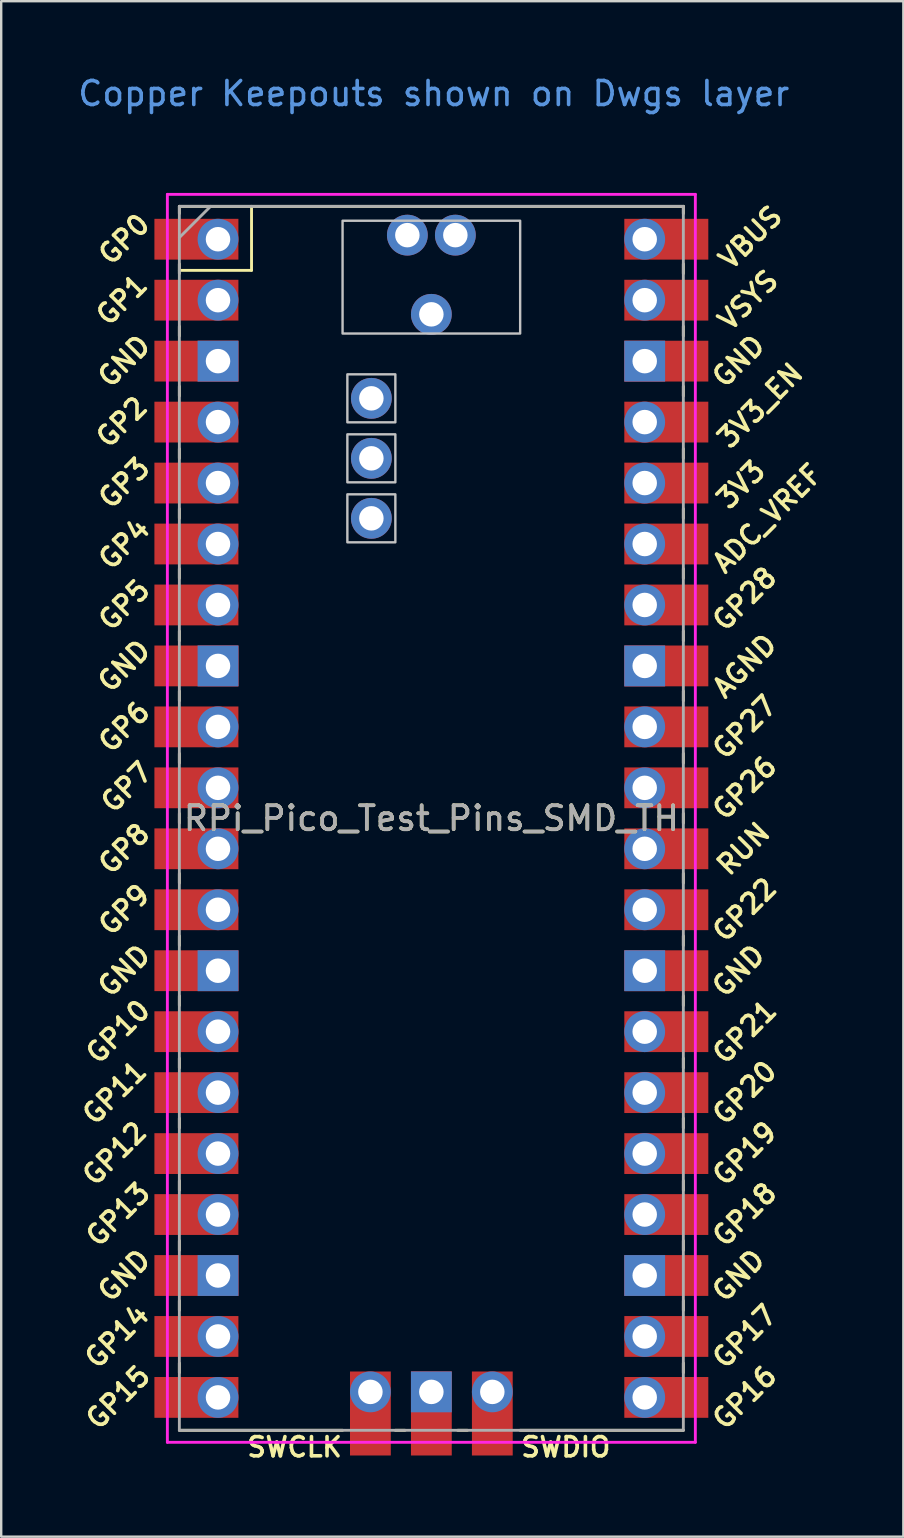
<source format=kicad_pcb>
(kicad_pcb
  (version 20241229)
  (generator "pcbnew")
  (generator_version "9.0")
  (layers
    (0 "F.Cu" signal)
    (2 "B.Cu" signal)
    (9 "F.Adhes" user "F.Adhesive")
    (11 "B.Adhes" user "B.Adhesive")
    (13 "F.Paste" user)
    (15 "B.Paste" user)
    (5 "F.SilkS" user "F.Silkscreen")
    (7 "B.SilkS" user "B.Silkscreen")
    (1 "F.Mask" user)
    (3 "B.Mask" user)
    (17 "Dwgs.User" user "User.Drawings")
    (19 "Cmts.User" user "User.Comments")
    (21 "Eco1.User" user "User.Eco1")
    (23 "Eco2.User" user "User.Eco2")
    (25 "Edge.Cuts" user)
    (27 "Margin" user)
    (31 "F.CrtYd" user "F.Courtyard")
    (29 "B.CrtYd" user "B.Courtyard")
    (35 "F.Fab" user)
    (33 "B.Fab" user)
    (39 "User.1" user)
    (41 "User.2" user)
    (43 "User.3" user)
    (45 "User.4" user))
  (footprint "RPi_Pico_Test_Pins_SMD_TH"
    (layer "F.Cu")
    (at 14.924 31.048)
    (property "Reference" "RPi_Pico_Test_Pins_SMD_TH" (at 0 0 0) (layer "F.SilkS") (effects (font (size 1 1) (thickness 0.15))))
    (attr through_hole)
    (fp_line (start -10.5 -25.5) (end -10.5 -25.2) (stroke (width 0.12) (type solid)) (layer "F.SilkS"))
    (fp_line (start -10.5 -25.5) (end 10.5 -25.5) (stroke (width 0.12) (type solid)) (layer "F.SilkS"))
    (fp_line (start -10.5 -23.1) (end -10.5 -22.7) (stroke (width 0.12) (type solid)) (layer "F.SilkS"))
    (fp_line (start -10.5 -22.833) (end -7.493 -22.833) (stroke (width 0.12) (type solid)) (layer "F.SilkS"))
    (fp_line (start -10.5 -20.5) (end -10.5 -20.1) (stroke (width 0.12) (type solid)) (layer "F.SilkS"))
    (fp_line (start -10.5 -18) (end -10.5 -17.6) (stroke (width 0.12) (type solid)) (layer "F.SilkS"))
    (fp_line (start -10.5 -15.4) (end -10.5 -15) (stroke (width 0.12) (type solid)) (layer "F.SilkS"))
    (fp_line (start -10.5 -12.9) (end -10.5 -12.5) (stroke (width 0.12) (type solid)) (layer "F.SilkS"))
    (fp_line (start -10.5 -10.4) (end -10.5 -10) (stroke (width 0.12) (type solid)) (layer "F.SilkS"))
    (fp_line (start -10.5 -7.8) (end -10.5 -7.4) (stroke (width 0.12) (type solid)) (layer "F.SilkS"))
    (fp_line (start -10.5 -5.3) (end -10.5 -4.9) (stroke (width 0.12) (type solid)) (layer "F.SilkS"))
    (fp_line (start -10.5 -2.7) (end -10.5 -2.3) (stroke (width 0.12) (type solid)) (layer "F.SilkS"))
    (fp_line (start -10.5 -0.2) (end -10.5 0.2) (stroke (width 0.12) (type solid)) (layer "F.SilkS"))
    (fp_line (start -10.5 2.3) (end -10.5 2.7) (stroke (width 0.12) (type solid)) (layer "F.SilkS"))
    (fp_line (start -10.5 4.9) (end -10.5 5.3) (stroke (width 0.12) (type solid)) (layer "F.SilkS"))
    (fp_line (start -10.5 7.4) (end -10.5 7.8) (stroke (width 0.12) (type solid)) (layer "F.SilkS"))
    (fp_line (start -10.5 10) (end -10.5 10.4) (stroke (width 0.12) (type solid)) (layer "F.SilkS"))
    (fp_line (start -10.5 12.5) (end -10.5 12.9) (stroke (width 0.12) (type solid)) (layer "F.SilkS"))
    (fp_line (start -10.5 15.1) (end -10.5 15.5) (stroke (width 0.12) (type solid)) (layer "F.SilkS"))
    (fp_line (start -10.5 17.6) (end -10.5 18) (stroke (width 0.12) (type solid)) (layer "F.SilkS"))
    (fp_line (start -10.5 20.1) (end -10.5 20.5) (stroke (width 0.12) (type solid)) (layer "F.SilkS"))
    (fp_line (start -10.5 22.7) (end -10.5 23.1) (stroke (width 0.12) (type solid)) (layer "F.SilkS"))
    (fp_line (start -7.493 -22.833) (end -7.493 -25.5) (stroke (width 0.12) (type solid)) (layer "F.SilkS"))
    (fp_line (start -3.7 25.5) (end -10.5 25.5) (stroke (width 0.12) (type solid)) (layer "F.SilkS"))
    (fp_line (start -1.5 25.5) (end -1.1 25.5) (stroke (width 0.12) (type solid)) (layer "F.SilkS"))
    (fp_line (start 1.1 25.5) (end 1.5 25.5) (stroke (width 0.12) (type solid)) (layer "F.SilkS"))
    (fp_line (start 10.5 -25.5) (end 10.5 -25.2) (stroke (width 0.12) (type solid)) (layer "F.SilkS"))
    (fp_line (start 10.5 -23.1) (end 10.5 -22.7) (stroke (width 0.12) (type solid)) (layer "F.SilkS"))
    (fp_line (start 10.5 -20.5) (end 10.5 -20.1) (stroke (width 0.12) (type solid)) (layer "F.SilkS"))
    (fp_line (start 10.5 -18) (end 10.5 -17.6) (stroke (width 0.12) (type solid)) (layer "F.SilkS"))
    (fp_line (start 10.5 -15.4) (end 10.5 -15) (stroke (width 0.12) (type solid)) (layer "F.SilkS"))
    (fp_line (start 10.5 -12.9) (end 10.5 -12.5) (stroke (width 0.12) (type solid)) (layer "F.SilkS"))
    (fp_line (start 10.5 -10.4) (end 10.5 -10) (stroke (width 0.12) (type solid)) (layer "F.SilkS"))
    (fp_line (start 10.5 -7.8) (end 10.5 -7.4) (stroke (width 0.12) (type solid)) (layer "F.SilkS"))
    (fp_line (start 10.5 -5.3) (end 10.5 -4.9) (stroke (width 0.12) (type solid)) (layer "F.SilkS"))
    (fp_line (start 10.5 -2.7) (end 10.5 -2.3) (stroke (width 0.12) (type solid)) (layer "F.SilkS"))
    (fp_line (start 10.5 -0.2) (end 10.5 0.2) (stroke (width 0.12) (type solid)) (layer "F.SilkS"))
    (fp_line (start 10.5 2.3) (end 10.5 2.7) (stroke (width 0.12) (type solid)) (layer "F.SilkS"))
    (fp_line (start 10.5 4.9) (end 10.5 5.3) (stroke (width 0.12) (type solid)) (layer "F.SilkS"))
    (fp_line (start 10.5 7.4) (end 10.5 7.8) (stroke (width 0.12) (type solid)) (layer "F.SilkS"))
    (fp_line (start 10.5 10) (end 10.5 10.4) (stroke (width 0.12) (type solid)) (layer "F.SilkS"))
    (fp_line (start 10.5 12.5) (end 10.5 12.9) (stroke (width 0.12) (type solid)) (layer "F.SilkS"))
    (fp_line (start 10.5 15.1) (end 10.5 15.5) (stroke (width 0.12) (type solid)) (layer "F.SilkS"))
    (fp_line (start 10.5 17.6) (end 10.5 18) (stroke (width 0.12) (type solid)) (layer "F.SilkS"))
    (fp_line (start 10.5 20.1) (end 10.5 20.5) (stroke (width 0.12) (type solid)) (layer "F.SilkS"))
    (fp_line (start 10.5 22.7) (end 10.5 23.1) (stroke (width 0.12) (type solid)) (layer "F.SilkS"))
    (fp_line (start 10.5 25.5) (end 3.7 25.5) (stroke (width 0.12) (type solid)) (layer "F.SilkS"))
    (fp_poly (pts (xy -1.5 -16.5) (xy -3.5 -16.5) (xy -3.5 -18.5) (xy -1.5 -18.5)) (stroke (width 0.1) (type solid)) (fill no) (layer "Dwgs.User"))
    (fp_poly (pts (xy -1.5 -14) (xy -3.5 -14) (xy -3.5 -16) (xy -1.5 -16)) (stroke (width 0.1) (type solid)) (fill no) (layer "Dwgs.User"))
    (fp_poly (pts (xy -1.5 -11.5) (xy -3.5 -11.5) (xy -3.5 -13.5) (xy -1.5 -13.5)) (stroke (width 0.1) (type solid)) (fill no) (layer "Dwgs.User"))
    (fp_poly (pts (xy 3.7 -20.2) (xy -3.7 -20.2) (xy -3.7 -24.9) (xy 3.7 -24.9)) (stroke (width 0.1) (type solid)) (fill no) (layer "Dwgs.User"))
    (fp_line (start -11 -26) (end 11 -26) (stroke (width 0.12) (type solid)) (layer "F.CrtYd"))
    (fp_line (start -11 26) (end -11 -26) (stroke (width 0.12) (type solid)) (layer "F.CrtYd"))
    (fp_line (start 11 -26) (end 11 26) (stroke (width 0.12) (type solid)) (layer "F.CrtYd"))
    (fp_line (start 11 26) (end -11 26) (stroke (width 0.12) (type solid)) (layer "F.CrtYd"))
    (fp_line (start -10.5 -25.5) (end 10.5 -25.5) (stroke (width 0.12) (type solid)) (layer "F.Fab"))
    (fp_line (start -10.5 -24.2) (end -9.2 -25.5) (stroke (width 0.12) (type solid)) (layer "F.Fab"))
    (fp_line (start -10.5 25.5) (end -10.5 -25.5) (stroke (width 0.12) (type solid)) (layer "F.Fab"))
    (fp_line (start 10.5 -25.5) (end 10.5 25.5) (stroke (width 0.12) (type solid)) (layer "F.Fab"))
    (fp_line (start 10.5 25.5) (end -10.5 25.5) (stroke (width 0.12) (type solid)) (layer "F.Fab"))
    (fp_text user "GP18" (at 13.054 16.51 45) (layer "F.SilkS") (effects (font (size 0.8 0.8) (thickness 0.15))))
    (fp_text user "GP22" (at 13.054 3.81 45) (layer "F.SilkS") (effects (font (size 0.8 0.8) (thickness 0.15))))
    (fp_text user "GND" (at -12.8 6.35 45) (layer "F.SilkS") (effects (font (size 0.8 0.8) (thickness 0.15))))
    (fp_text user "GP17" (at 13.054 21.59 45) (layer "F.SilkS") (effects (font (size 0.8 0.8) (thickness 0.15))))
    (fp_text user "GP20" (at 13.054 11.43 45) (layer "F.SilkS") (effects (font (size 0.8 0.8) (thickness 0.15))))
    (fp_text user "GP28" (at 13.054 -9.144 45) (layer "F.SilkS") (effects (font (size 0.8 0.8) (thickness 0.15))))
    (fp_text user "GP12" (at -13.2 13.97 45) (layer "F.SilkS") (effects (font (size 0.8 0.8) (thickness 0.15))))
    (fp_text user "AGND" (at 13.054 -6.35 45) (layer "F.SilkS") (effects (font (size 0.8 0.8) (thickness 0.15))))
    (fp_text user "GP27" (at 13.054 -3.8 45) (layer "F.SilkS") (effects (font (size 0.8 0.8) (thickness 0.15))))
    (fp_text user "GP0" (at -12.8 -24.13 45) (layer "F.SilkS") (effects (font (size 0.8 0.8) (thickness 0.15))))
    (fp_text user "GP3" (at -12.8 -13.97 45) (layer "F.SilkS") (effects (font (size 0.8 0.8) (thickness 0.15))))
    (fp_text user "RUN" (at 13 1.27 45) (layer "F.SilkS") (effects (font (size 0.8 0.8) (thickness 0.15))))
    (fp_text user "GP7" (at -12.7 -1.3 45) (layer "F.SilkS") (effects (font (size 0.8 0.8) (thickness 0.15))))
    (fp_text user "GND" (at -12.8 -19.05 45) (layer "F.SilkS") (effects (font (size 0.8 0.8) (thickness 0.15))))
    (fp_text user "3V3" (at 12.9 -13.9 45) (layer "F.SilkS") (effects (font (size 0.8 0.8) (thickness 0.15))))
    (fp_text user "GP5" (at -12.8 -8.89 45) (layer "F.SilkS") (effects (font (size 0.8 0.8) (thickness 0.15))))
    (fp_text user "GP2" (at -12.9 -16.51 45) (layer "F.SilkS") (effects (font (size 0.8 0.8) (thickness 0.15))))
    (fp_text user "GND" (at -12.8 19.05 45) (layer "F.SilkS") (effects (font (size 0.8 0.8) (thickness 0.15))))
    (fp_text user "SWDIO" (at 5.6 26.2 0) (layer "F.SilkS") (effects (font (size 0.8 0.8) (thickness 0.15))))
    (fp_text user "SWCLK" (at -5.7 26.2 0) (layer "F.SilkS") (effects (font (size 0.8 0.8) (thickness 0.15))))
    (fp_text user "VSYS" (at 13.2 -21.59 45) (layer "F.SilkS") (effects (font (size 0.8 0.8) (thickness 0.15))))
    (fp_text user "GP16" (at 13.054 24.13 45) (layer "F.SilkS") (effects (font (size 0.8 0.8) (thickness 0.15))))
    (fp_text user "GP15" (at -13.054 24.13 45) (layer "F.SilkS") (effects (font (size 0.8 0.8) (thickness 0.15))))
    (fp_text user "GP6" (at -12.8 -3.81 45) (layer "F.SilkS") (effects (font (size 0.8 0.8) (thickness 0.15))))
    (fp_text user "GP1" (at -12.9 -21.6 45) (layer "F.SilkS") (effects (font (size 0.8 0.8) (thickness 0.15))))
    (fp_text user "GP19" (at 13.054 13.97 45) (layer "F.SilkS") (effects (font (size 0.8 0.8) (thickness 0.15))))
    (fp_text user "GP13" (at -13.054 16.51 45) (layer "F.SilkS") (effects (font (size 0.8 0.8) (thickness 0.15))))
    (fp_text user "GP14" (at -13.1 21.59 45) (layer "F.SilkS") (effects (font (size 0.8 0.8) (thickness 0.15))))
    (fp_text user "GP11" (at -13.2 11.43 45) (layer "F.SilkS") (effects (font (size 0.8 0.8) (thickness 0.15))))
    (fp_text user "ADC_VREF" (at 14 -12.5 45) (layer "F.SilkS") (effects (font (size 0.8 0.8) (thickness 0.15))))
    (fp_text user "GP8" (at -12.8 1.27 45) (layer "F.SilkS") (effects (font (size 0.8 0.8) (thickness 0.15))))
    (fp_text user "GND" (at 12.8 6.35 45) (layer "F.SilkS") (effects (font (size 0.8 0.8) (thickness 0.15))))
    (fp_text user "GND" (at 12.8 -19.05 45) (layer "F.SilkS") (effects (font (size 0.8 0.8) (thickness 0.15))))
    (fp_text user "3V3_EN" (at 13.7 -17.2 45) (layer "F.SilkS") (effects (font (size 0.8 0.8) (thickness 0.15))))
    (fp_text user "GP4" (at -12.8 -11.43 45) (layer "F.SilkS") (effects (font (size 0.8 0.8) (thickness 0.15))))
    (fp_text user "VBUS" (at 13.3 -24.2 45) (layer "F.SilkS") (effects (font (size 0.8 0.8) (thickness 0.15))))
    (fp_text user "GND" (at -12.8 -6.35 45) (layer "F.SilkS") (effects (font (size 0.8 0.8) (thickness 0.15))))
    (fp_text user "GP21" (at 13.054 8.9 45) (layer "F.SilkS") (effects (font (size 0.8 0.8) (thickness 0.15))))
    (fp_text user "GP10" (at -13.054 8.89 45) (layer "F.SilkS") (effects (font (size 0.8 0.8) (thickness 0.15))))
    (fp_text user "GP26" (at 13.054 -1.27 45) (layer "F.SilkS") (effects (font (size 0.8 0.8) (thickness 0.15))))
    (fp_text user "GP9" (at -12.8 3.81 45) (layer "F.SilkS") (effects (font (size 0.8 0.8) (thickness 0.15))))
    (fp_text user "GND" (at 12.8 19.05 45) (layer "F.SilkS") (effects (font (size 0.8 0.8) (thickness 0.15))))
    (fp_text user "Copper Keepouts shown on Dwgs layer" (at 0.1 -30.2 0) (layer "Cmts.User") (effects (font (size 1 1) (thickness 0.15))))
    (fp_text user "${REFERENCE}" (at 0 0 180) (layer "F.Fab") (effects (font (size 1 1) (thickness 0.15))))
    (pad "1" thru_hole oval (at -8.89 -24.13) (size 1.7 1.7) (drill 1.02) (layers "*.Cu" "*.Mask"))
    (pad "1" smd rect (at -8.89 -24.13) (size 3.5 1.7) (drill (offset -0.9 0)) (layers "F.Cu" "F.Mask"))
    (pad "2" thru_hole oval (at -8.89 -21.59) (size 1.7 1.7) (drill 1.02) (layers "*.Cu" "*.Mask"))
    (pad "2" smd rect (at -8.89 -21.59) (size 3.5 1.7) (drill (offset -0.9 0)) (layers "F.Cu" "F.Mask"))
    (pad "3" thru_hole rect (at -8.89 -19.05) (size 1.7 1.7) (drill 1.02) (layers "*.Cu" "*.Mask"))
    (pad "3" smd rect (at -8.89 -19.05) (size 3.5 1.7) (drill (offset -0.9 0)) (layers "F.Cu" "F.Mask"))
    (pad "4" thru_hole oval (at -8.89 -16.51) (size 1.7 1.7) (drill 1.02) (layers "*.Cu" "*.Mask"))
    (pad "4" smd rect (at -8.89 -16.51) (size 3.5 1.7) (drill (offset -0.9 0)) (layers "F.Cu" "F.Mask"))
    (pad "5" thru_hole oval (at -8.89 -13.97) (size 1.7 1.7) (drill 1.02) (layers "*.Cu" "*.Mask"))
    (pad "5" smd rect (at -8.89 -13.97) (size 3.5 1.7) (drill (offset -0.9 0)) (layers "F.Cu" "F.Mask"))
    (pad "6" thru_hole oval (at -8.89 -11.43) (size 1.7 1.7) (drill 1.02) (layers "*.Cu" "*.Mask"))
    (pad "6" smd rect (at -8.89 -11.43) (size 3.5 1.7) (drill (offset -0.9 0)) (layers "F.Cu" "F.Mask"))
    (pad "7" thru_hole oval (at -8.89 -8.89) (size 1.7 1.7) (drill 1.02) (layers "*.Cu" "*.Mask"))
    (pad "7" smd rect (at -8.89 -8.89) (size 3.5 1.7) (drill (offset -0.9 0)) (layers "F.Cu" "F.Mask"))
    (pad "8" thru_hole rect (at -8.89 -6.35) (size 1.7 1.7) (drill 1.02) (layers "*.Cu" "*.Mask"))
    (pad "8" smd rect (at -8.89 -6.35) (size 3.5 1.7) (drill (offset -0.9 0)) (layers "F.Cu" "F.Mask"))
    (pad "9" thru_hole oval (at -8.89 -3.81) (size 1.7 1.7) (drill 1.02) (layers "*.Cu" "*.Mask"))
    (pad "9" smd rect (at -8.89 -3.81) (size 3.5 1.7) (drill (offset -0.9 0)) (layers "F.Cu" "F.Mask"))
    (pad "10" thru_hole oval (at -8.89 -1.27) (size 1.7 1.7) (drill 1.02) (layers "*.Cu" "*.Mask"))
    (pad "10" smd rect (at -8.89 -1.27) (size 3.5 1.7) (drill (offset -0.9 0)) (layers "F.Cu" "F.Mask"))
    (pad "11" thru_hole oval (at -8.89 1.27) (size 1.7 1.7) (drill 1.02) (layers "*.Cu" "*.Mask"))
    (pad "11" smd rect (at -8.89 1.27) (size 3.5 1.7) (drill (offset -0.9 0)) (layers "F.Cu" "F.Mask"))
    (pad "12" thru_hole oval (at -8.89 3.81) (size 1.7 1.7) (drill 1.02) (layers "*.Cu" "*.Mask"))
    (pad "12" smd rect (at -8.89 3.81) (size 3.5 1.7) (drill (offset -0.9 0)) (layers "F.Cu" "F.Mask"))
    (pad "13" thru_hole rect (at -8.89 6.35) (size 1.7 1.7) (drill 1.02) (layers "*.Cu" "*.Mask"))
    (pad "13" smd rect (at -8.89 6.35) (size 3.5 1.7) (drill (offset -0.9 0)) (layers "F.Cu" "F.Mask"))
    (pad "14" thru_hole oval (at -8.89 8.89) (size 1.7 1.7) (drill 1.02) (layers "*.Cu" "*.Mask"))
    (pad "14" smd rect (at -8.89 8.89) (size 3.5 1.7) (drill (offset -0.9 0)) (layers "F.Cu" "F.Mask"))
    (pad "15" thru_hole oval (at -8.89 11.43) (size 1.7 1.7) (drill 1.02) (layers "*.Cu" "*.Mask"))
    (pad "15" smd rect (at -8.89 11.43) (size 3.5 1.7) (drill (offset -0.9 0)) (layers "F.Cu" "F.Mask"))
    (pad "16" thru_hole oval (at -8.89 13.97) (size 1.7 1.7) (drill 1.02) (layers "*.Cu" "*.Mask"))
    (pad "16" smd rect (at -8.89 13.97) (size 3.5 1.7) (drill (offset -0.9 0)) (layers "F.Cu" "F.Mask"))
    (pad "17" thru_hole oval (at -8.89 16.51) (size 1.7 1.7) (drill 1.02) (layers "*.Cu" "*.Mask"))
    (pad "17" smd rect (at -8.89 16.51) (size 3.5 1.7) (drill (offset -0.9 0)) (layers "F.Cu" "F.Mask"))
    (pad "18" thru_hole rect (at -8.89 19.05) (size 1.7 1.7) (drill 1.02) (layers "*.Cu" "*.Mask"))
    (pad "18" smd rect (at -8.89 19.05) (size 3.5 1.7) (drill (offset -0.9 0)) (layers "F.Cu" "F.Mask"))
    (pad "19" thru_hole oval (at -8.89 21.59) (size 1.7 1.7) (drill 1.02) (layers "*.Cu" "*.Mask"))
    (pad "19" smd rect (at -8.89 21.59) (size 3.5 1.7) (drill (offset -0.9 0)) (layers "F.Cu" "F.Mask"))
    (pad "20" thru_hole oval (at -8.89 24.13) (size 1.7 1.7) (drill 1.02) (layers "*.Cu" "*.Mask"))
    (pad "20" smd rect (at -8.89 24.13) (size 3.5 1.7) (drill (offset -0.9 0)) (layers "F.Cu" "F.Mask"))
    (pad "21" thru_hole oval (at 8.89 24.13) (size 1.7 1.7) (drill 1.02) (layers "*.Cu" "*.Mask"))
    (pad "21" smd rect (at 8.89 24.13) (size 3.5 1.7) (drill (offset 0.9 0)) (layers "F.Cu" "F.Mask"))
    (pad "22" thru_hole oval (at 8.89 21.59) (size 1.7 1.7) (drill 1.02) (layers "*.Cu" "*.Mask"))
    (pad "22" smd rect (at 8.89 21.59) (size 3.5 1.7) (drill (offset 0.9 0)) (layers "F.Cu" "F.Mask"))
    (pad "23" thru_hole rect (at 8.89 19.05) (size 1.7 1.7) (drill 1.02) (layers "*.Cu" "*.Mask"))
    (pad "23" smd rect (at 8.89 19.05) (size 3.5 1.7) (drill (offset 0.9 0)) (layers "F.Cu" "F.Mask"))
    (pad "24" thru_hole oval (at 8.89 16.51) (size 1.7 1.7) (drill 1.02) (layers "*.Cu" "*.Mask"))
    (pad "24" smd rect (at 8.89 16.51) (size 3.5 1.7) (drill (offset 0.9 0)) (layers "F.Cu" "F.Mask"))
    (pad "25" thru_hole oval (at 8.89 13.97) (size 1.7 1.7) (drill 1.02) (layers "*.Cu" "*.Mask"))
    (pad "25" smd rect (at 8.89 13.97) (size 3.5 1.7) (drill (offset 0.9 0)) (layers "F.Cu" "F.Mask"))
    (pad "26" thru_hole oval (at 8.89 11.43) (size 1.7 1.7) (drill 1.02) (layers "*.Cu" "*.Mask"))
    (pad "26" smd rect (at 8.89 11.43) (size 3.5 1.7) (drill (offset 0.9 0)) (layers "F.Cu" "F.Mask"))
    (pad "27" thru_hole oval (at 8.89 8.89) (size 1.7 1.7) (drill 1.02) (layers "*.Cu" "*.Mask"))
    (pad "27" smd rect (at 8.89 8.89) (size 3.5 1.7) (drill (offset 0.9 0)) (layers "F.Cu" "F.Mask"))
    (pad "28" thru_hole rect (at 8.89 6.35) (size 1.7 1.7) (drill 1.02) (layers "*.Cu" "*.Mask"))
    (pad "28" smd rect (at 8.89 6.35) (size 3.5 1.7) (drill (offset 0.9 0)) (layers "F.Cu" "F.Mask"))
    (pad "29" thru_hole oval (at 8.89 3.81) (size 1.7 1.7) (drill 1.02) (layers "*.Cu" "*.Mask"))
    (pad "29" smd rect (at 8.89 3.81) (size 3.5 1.7) (drill (offset 0.9 0)) (layers "F.Cu" "F.Mask"))
    (pad "30" thru_hole oval (at 8.89 1.27) (size 1.7 1.7) (drill 1.02) (layers "*.Cu" "*.Mask"))
    (pad "30" smd rect (at 8.89 1.27) (size 3.5 1.7) (drill (offset 0.9 0)) (layers "F.Cu" "F.Mask"))
    (pad "31" thru_hole oval (at 8.89 -1.27) (size 1.7 1.7) (drill 1.02) (layers "*.Cu" "*.Mask"))
    (pad "31" smd rect (at 8.89 -1.27) (size 3.5 1.7) (drill (offset 0.9 0)) (layers "F.Cu" "F.Mask"))
    (pad "32" thru_hole oval (at 8.89 -3.81) (size 1.7 1.7) (drill 1.02) (layers "*.Cu" "*.Mask"))
    (pad "32" smd rect (at 8.89 -3.81) (size 3.5 1.7) (drill (offset 0.9 0)) (layers "F.Cu" "F.Mask"))
    (pad "33" thru_hole rect (at 8.89 -6.35) (size 1.7 1.7) (drill 1.02) (layers "*.Cu" "*.Mask"))
    (pad "33" smd rect (at 8.89 -6.35) (size 3.5 1.7) (drill (offset 0.9 0)) (layers "F.Cu" "F.Mask"))
    (pad "34" thru_hole oval (at 8.89 -8.89) (size 1.7 1.7) (drill 1.02) (layers "*.Cu" "*.Mask"))
    (pad "34" smd rect (at 8.89 -8.89) (size 3.5 1.7) (drill (offset 0.9 0)) (layers "F.Cu" "F.Mask"))
    (pad "35" thru_hole oval (at 8.89 -11.43) (size 1.7 1.7) (drill 1.02) (layers "*.Cu" "*.Mask"))
    (pad "35" smd rect (at 8.89 -11.43) (size 3.5 1.7) (drill (offset 0.9 0)) (layers "F.Cu" "F.Mask"))
    (pad "36" thru_hole oval (at 8.89 -13.97) (size 1.7 1.7) (drill 1.02) (layers "*.Cu" "*.Mask"))
    (pad "36" smd rect (at 8.89 -13.97) (size 3.5 1.7) (drill (offset 0.9 0)) (layers "F.Cu" "F.Mask"))
    (pad "37" thru_hole oval (at 8.89 -16.51) (size 1.7 1.7) (drill 1.02) (layers "*.Cu" "*.Mask"))
    (pad "37" smd rect (at 8.89 -16.51) (size 3.5 1.7) (drill (offset 0.9 0)) (layers "F.Cu" "F.Mask"))
    (pad "38" thru_hole rect (at 8.89 -19.05) (size 1.7 1.7) (drill 1.02) (layers "*.Cu" "*.Mask"))
    (pad "38" smd rect (at 8.89 -19.05) (size 3.5 1.7) (drill (offset 0.9 0)) (layers "F.Cu" "F.Mask"))
    (pad "39" thru_hole oval (at 8.89 -21.59) (size 1.7 1.7) (drill 1.02) (layers "*.Cu" "*.Mask"))
    (pad "39" smd rect (at 8.89 -21.59) (size 3.5 1.7) (drill (offset 0.9 0)) (layers "F.Cu" "F.Mask"))
    (pad "40" thru_hole oval (at 8.89 -24.13) (size 1.7 1.7) (drill 1.02) (layers "*.Cu" "*.Mask"))
    (pad "40" smd rect (at 8.89 -24.13) (size 3.5 1.7) (drill (offset 0.9 0)) (layers "F.Cu" "F.Mask"))
    (pad "41" thru_hole oval (at -2.54 23.9) (size 1.7 1.7) (drill 1.02) (layers "*.Cu" "*.Mask"))
    (pad "41" smd rect (at -2.54 23.9 90) (size 3.5 1.7) (drill (offset -0.9 0)) (layers "F.Cu" "F.Mask"))
    (pad "42" thru_hole rect (at 0 23.9) (size 1.7 1.7) (drill 1.02) (layers "*.Cu" "*.Mask"))
    (pad "42" smd rect (at 0 23.9 90) (size 3.5 1.7) (drill (offset -0.9 0)) (layers "F.Cu" "F.Mask"))
    (pad "43" thru_hole oval (at 2.54 23.9) (size 1.7 1.7) (drill 1.02) (layers "*.Cu" "*.Mask"))
    (pad "43" smd rect (at 2.54 23.9 90) (size 3.5 1.7) (drill (offset -0.9 0)) (layers "F.Cu" "F.Mask"))
    (pad "TP1" thru_hole circle (at 0 -21) (size 1.7 1.7) (drill 1.02) (layers "*.Cu" "*.Mask"))
    (pad "TP2" thru_hole circle (at 1 -24.3) (size 1.7 1.7) (drill 1.02) (layers "*.Cu" "*.Mask"))
    (pad "TP3" thru_hole circle (at -1 -24.3) (size 1.7 1.7) (drill 1.02) (layers "*.Cu" "*.Mask"))
    (pad "TP4" thru_hole circle (at -2.5 -17.5) (size 1.7 1.7) (drill 1.02) (layers "*.Cu" "*.Mask"))
    (pad "TP5" thru_hole circle (at -2.5 -15) (size 1.7 1.7) (drill 1.02) (layers "*.Cu" "*.Mask"))
    (pad "TP6" thru_hole circle (at -2.5 -12.5) (size 1.7 1.7) (drill 1.02) (layers "*.Cu" "*.Mask")))
  (gr_rect
    (start -3 -3)
    (end 34.591 60.98)
    (stroke (width 0.1) (type default))
    (fill no)
    (layer "Edge.Cuts")))
</source>
